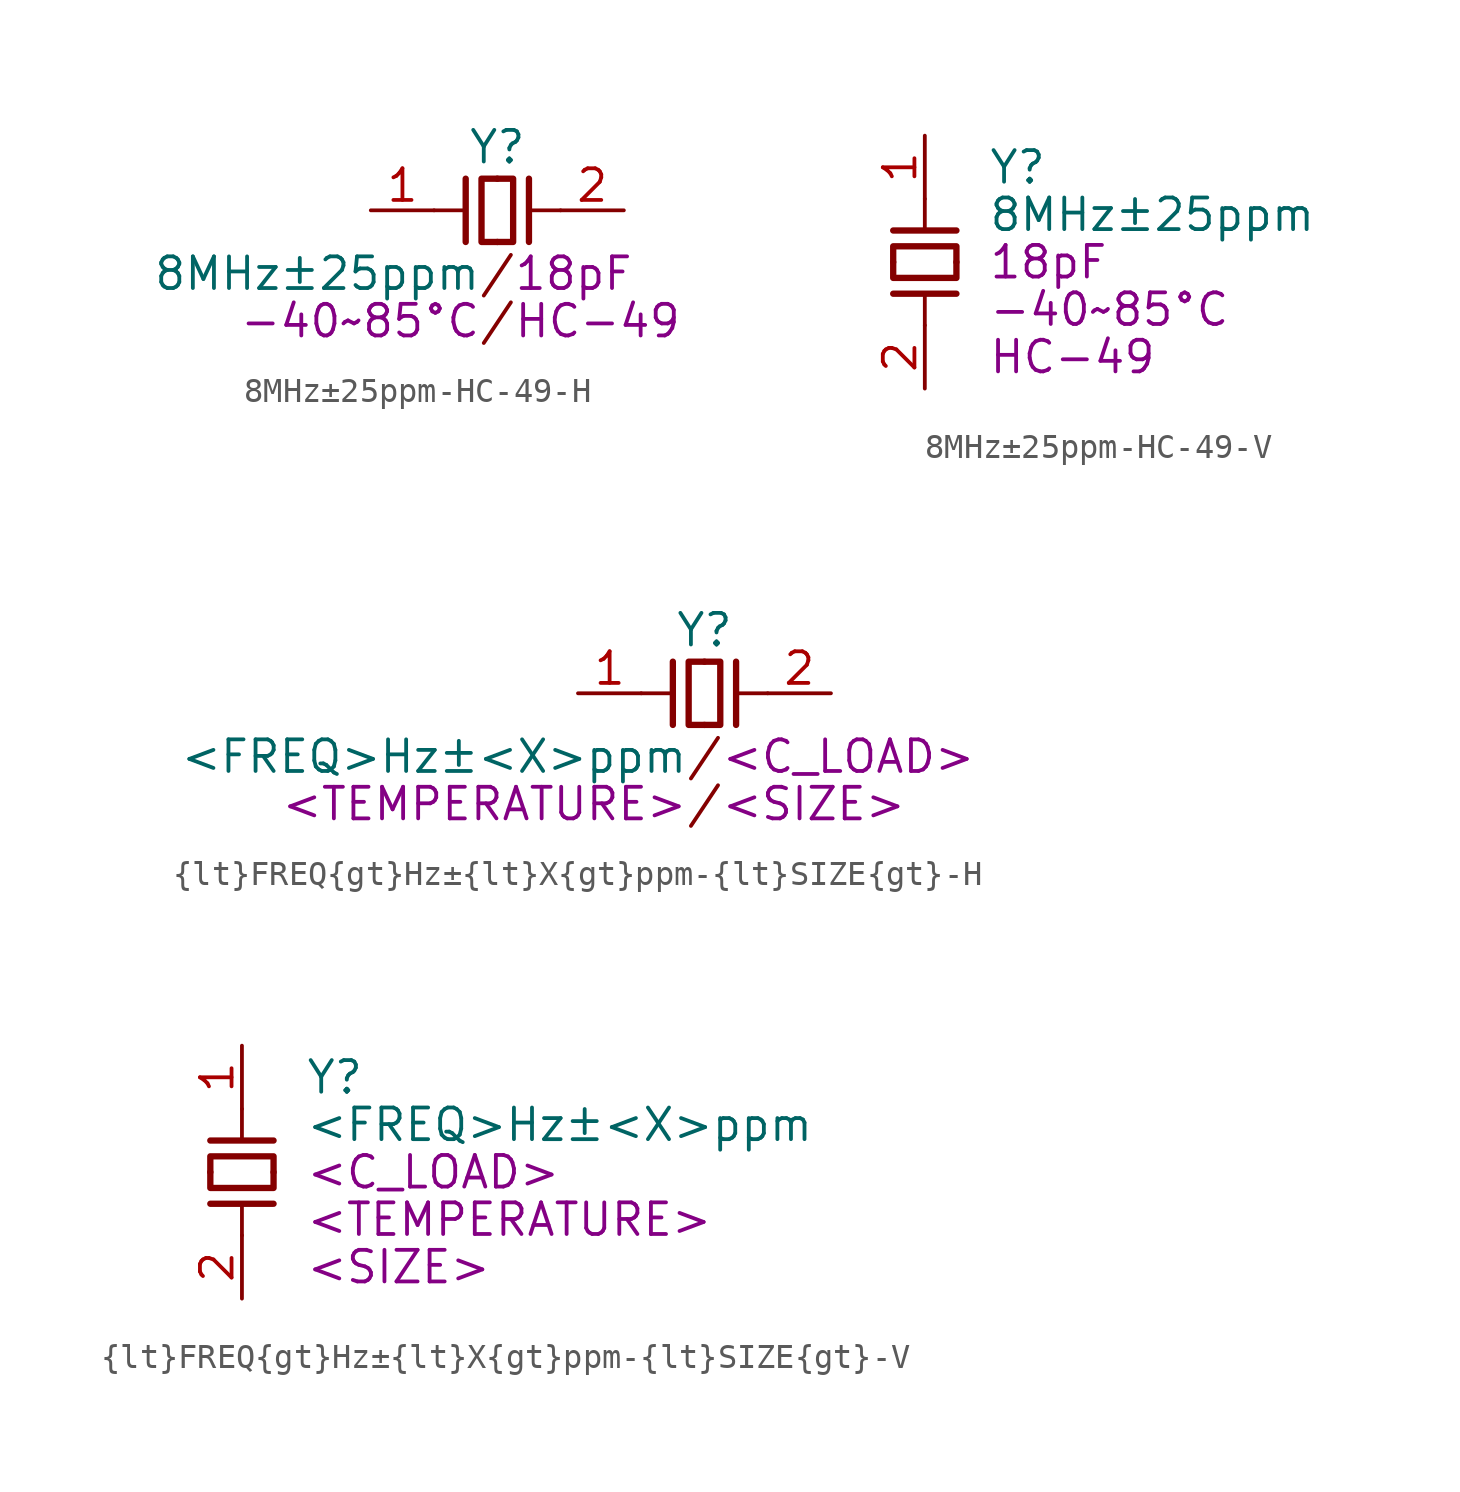
<source format=kicad_sym>
(kicad_symbol_lib
  (version 20231120)
  (generator "kicad_symbol_editor")
  (generator_version "8.0")
  (symbol "8MHz±25ppm-HC-49-H"
    (property "Reference" "Y"
      (at 0 2.54 0)
      (effects (font (size 1.27 1.27))))
    (property "Value" "8MHz±25ppm"
      (at -0.635 -2.54 0)
      (effects (font (size 1.27 1.27)) (justify right)))
    (property "SIZE" "HC-49"
      (at 0.635 -4.445 0)
      (effects (font (size 1.27 1.27)) (justify left)))
    (property "TEMPERATURE" "-40~85°C"
      (at -0.635 -4.445 0)
      (effects (font (size 1.27 1.27)) (justify right)))
    (property "C_LOAD" "18pF"
      (at 0.635 -2.54 0)
      (effects (font (size 1.27 1.27)) (justify left)))
    (symbol "8MHz±25ppm-HC-49-H_0_0"
      (text "/" (at 0 -4.445 0) (effects (font (size 1.27 1.27))))
      (text "/" (at 0 -2.54 0) (effects (font (size 1.27 1.27)))))
    (symbol "8MHz±25ppm-HC-49-H_0_1"
      (polyline (pts (xy -2.54 0) (xy -1.27 0)) (stroke (width 0) (type default)) (fill (type none)))
      (polyline (pts (xy 2.54 0) (xy 1.27 0)) (stroke (width 0) (type default)) (fill (type none))))
    (symbol "8MHz±25ppm-HC-49-H_1_1"
      (polyline (pts (xy -1.27 1.27) (xy -1.27 -1.27)) (stroke (width 0.254) (type default)) (fill (type none)))
      (polyline (pts (xy 1.27 -1.27) (xy 1.27 1.27)) (stroke (width 0.254) (type default)) (fill (type none)))
      (polyline (pts (xy 0 -1.27) (xy 0.635 -1.27) (xy 0.635 1.27) (xy 0 1.27)) (stroke (width 0.254) (type default)) (fill (type none)))
      (polyline (pts (xy 0 1.27) (xy -0.635 1.27) (xy -0.635 -1.27) (xy 0 -1.27)) (stroke (width 0.254) (type default)) (fill (type none)))
      (pin passive line (at -5.08 0 0) (length 2.54) (name "" (effects (font (size 1.27 1.27)))) (number "1" (effects (font (size 1.27 1.27)))))
      (pin passive line (at 5.08 0 180) (length 2.54) (name "" (effects (font (size 1.27 1.27)))) (number "2" (effects (font (size 1.27 1.27)))))))
  (symbol "8MHz±25ppm-HC-49-V"
    (property "Reference" "Y"
      (at 2.54 3.81 0)
      (effects (font (size 1.27 1.27)) (justify left)))
    (property "Value" "8MHz±25ppm"
      (at 2.54 1.905 0)
      (effects (font (size 1.27 1.27)) (justify left)))
    (property "SIZE" "HC-49"
      (at 2.54 -3.81 0)
      (effects (font (size 1.27 1.27)) (justify left)))
    (property "TEMPERATURE" "-40~85°C"
      (at 2.54 -1.905 0)
      (effects (font (size 1.27 1.27)) (justify left)))
    (property "C_LOAD" "18pF"
      (at 2.54 0 0)
      (effects (font (size 1.27 1.27)) (justify left)))
    (symbol "8MHz±25ppm-HC-49-V_0_1"
      (polyline (pts (xy -1.27 1.27) (xy 1.27 1.27)) (stroke (width 0.254) (type default)) (fill (type none)))
      (polyline (pts (xy 0 -1.27) (xy 0 -2.54)) (stroke (width 0) (type default)) (fill (type none)))
      (polyline (pts (xy 0 1.27) (xy 0 2.54)) (stroke (width 0) (type default)) (fill (type none)))
      (polyline (pts (xy 1.27 -1.27) (xy -1.27 -1.27)) (stroke (width 0.254) (type default)) (fill (type none)))
      (polyline (pts (xy -1.27 0) (xy -1.27 0.635) (xy 1.27 0.635) (xy 1.27 0)) (stroke (width 0.254) (type default)) (fill (type none)))
      (polyline (pts (xy 1.27 0) (xy 1.27 -0.635) (xy -1.27 -0.635) (xy -1.27 0)) (stroke (width 0.254) (type default)) (fill (type none))))
    (symbol "8MHz±25ppm-HC-49-V_1_1"
      (pin passive line (at 0 5.08 270) (length 2.54) (name "" (effects (font (size 1.27 1.27)))) (number "1" (effects (font (size 1.27 1.27)))))
      (pin passive line (at 0 -5.08 90) (length 2.54) (name "" (effects (font (size 1.27 1.27)))) (number "2" (effects (font (size 1.27 1.27)))))))
  (symbol "{lt}FREQ{gt}Hz±{lt}X{gt}ppm-{lt}SIZE{gt}-H"
    (property "Reference" "Y"
      (at 0 2.54 0)
      (effects (font (size 1.27 1.27))))
    (property "Value" "<FREQ>Hz±<X>ppm"
      (at -0.635 -2.54 0)
      (effects (font (size 1.27 1.27)) (justify right)))
    (property "SIZE" "<SIZE>"
      (at 0.635 -4.445 0)
      (effects (font (size 1.27 1.27)) (justify left)))
    (property "TEMPERATURE" "<TEMPERATURE>"
      (at -0.635 -4.445 0)
      (effects (font (size 1.27 1.27)) (justify right)))
    (property "C_LOAD" "<C_LOAD>"
      (at 0.635 -2.54 0)
      (effects (font (size 1.27 1.27)) (justify left)))
    (symbol "{lt}FREQ{gt}Hz±{lt}X{gt}ppm-{lt}SIZE{gt}-H_0_0"
      (text "/" (at 0 -4.445 0) (effects (font (size 1.27 1.27))))
      (text "/" (at 0 -2.54 0) (effects (font (size 1.27 1.27)))))
    (symbol "{lt}FREQ{gt}Hz±{lt}X{gt}ppm-{lt}SIZE{gt}-H_0_1"
      (polyline (pts (xy -2.54 0) (xy -1.27 0)) (stroke (width 0) (type default)) (fill (type none)))
      (polyline (pts (xy 2.54 0) (xy 1.27 0)) (stroke (width 0) (type default)) (fill (type none))))
    (symbol "{lt}FREQ{gt}Hz±{lt}X{gt}ppm-{lt}SIZE{gt}-H_1_1"
      (polyline (pts (xy -1.27 1.27) (xy -1.27 -1.27)) (stroke (width 0.254) (type default)) (fill (type none)))
      (polyline (pts (xy 1.27 -1.27) (xy 1.27 1.27)) (stroke (width 0.254) (type default)) (fill (type none)))
      (polyline (pts (xy 0 -1.27) (xy 0.635 -1.27) (xy 0.635 1.27) (xy 0 1.27)) (stroke (width 0.254) (type default)) (fill (type none)))
      (polyline (pts (xy 0 1.27) (xy -0.635 1.27) (xy -0.635 -1.27) (xy 0 -1.27)) (stroke (width 0.254) (type default)) (fill (type none)))
      (pin passive line (at -5.08 0 0) (length 2.54) (name "" (effects (font (size 1.27 1.27)))) (number "1" (effects (font (size 1.27 1.27)))))
      (pin passive line (at 5.08 0 180) (length 2.54) (name "" (effects (font (size 1.27 1.27)))) (number "2" (effects (font (size 1.27 1.27)))))))
  (symbol "{lt}FREQ{gt}Hz±{lt}X{gt}ppm-{lt}SIZE{gt}-V"
    (property "Reference" "Y"
      (at 2.54 3.81 0)
      (effects (font (size 1.27 1.27)) (justify left)))
    (property "Value" "<FREQ>Hz±<X>ppm"
      (at 2.54 1.905 0)
      (effects (font (size 1.27 1.27)) (justify left)))
    (property "SIZE" "<SIZE>"
      (at 2.54 -3.81 0)
      (effects (font (size 1.27 1.27)) (justify left)))
    (property "TEMPERATURE" "<TEMPERATURE>"
      (at 2.54 -1.905 0)
      (effects (font (size 1.27 1.27)) (justify left)))
    (property "C_LOAD" "<C_LOAD>"
      (at 2.54 0 0)
      (effects (font (size 1.27 1.27)) (justify left)))
    (symbol "{lt}FREQ{gt}Hz±{lt}X{gt}ppm-{lt}SIZE{gt}-V_0_1"
      (polyline (pts (xy -1.27 1.27) (xy 1.27 1.27)) (stroke (width 0.254) (type default)) (fill (type none)))
      (polyline (pts (xy 0 -1.27) (xy 0 -2.54)) (stroke (width 0) (type default)) (fill (type none)))
      (polyline (pts (xy 0 1.27) (xy 0 2.54)) (stroke (width 0) (type default)) (fill (type none)))
      (polyline (pts (xy 1.27 -1.27) (xy -1.27 -1.27)) (stroke (width 0.254) (type default)) (fill (type none)))
      (polyline (pts (xy -1.27 0) (xy -1.27 0.635) (xy 1.27 0.635) (xy 1.27 0)) (stroke (width 0.254) (type default)) (fill (type none)))
      (polyline (pts (xy 1.27 0) (xy 1.27 -0.635) (xy -1.27 -0.635) (xy -1.27 0)) (stroke (width 0.254) (type default)) (fill (type none))))
    (symbol "{lt}FREQ{gt}Hz±{lt}X{gt}ppm-{lt}SIZE{gt}-V_1_1"
      (pin passive line (at 0 5.08 270) (length 2.54) (name "" (effects (font (size 1.27 1.27)))) (number "1" (effects (font (size 1.27 1.27)))))
      (pin passive line (at 0 -5.08 90) (length 2.54) (name "" (effects (font (size 1.27 1.27)))) (number "2" (effects (font (size 1.27 1.27))))))))
</source>
